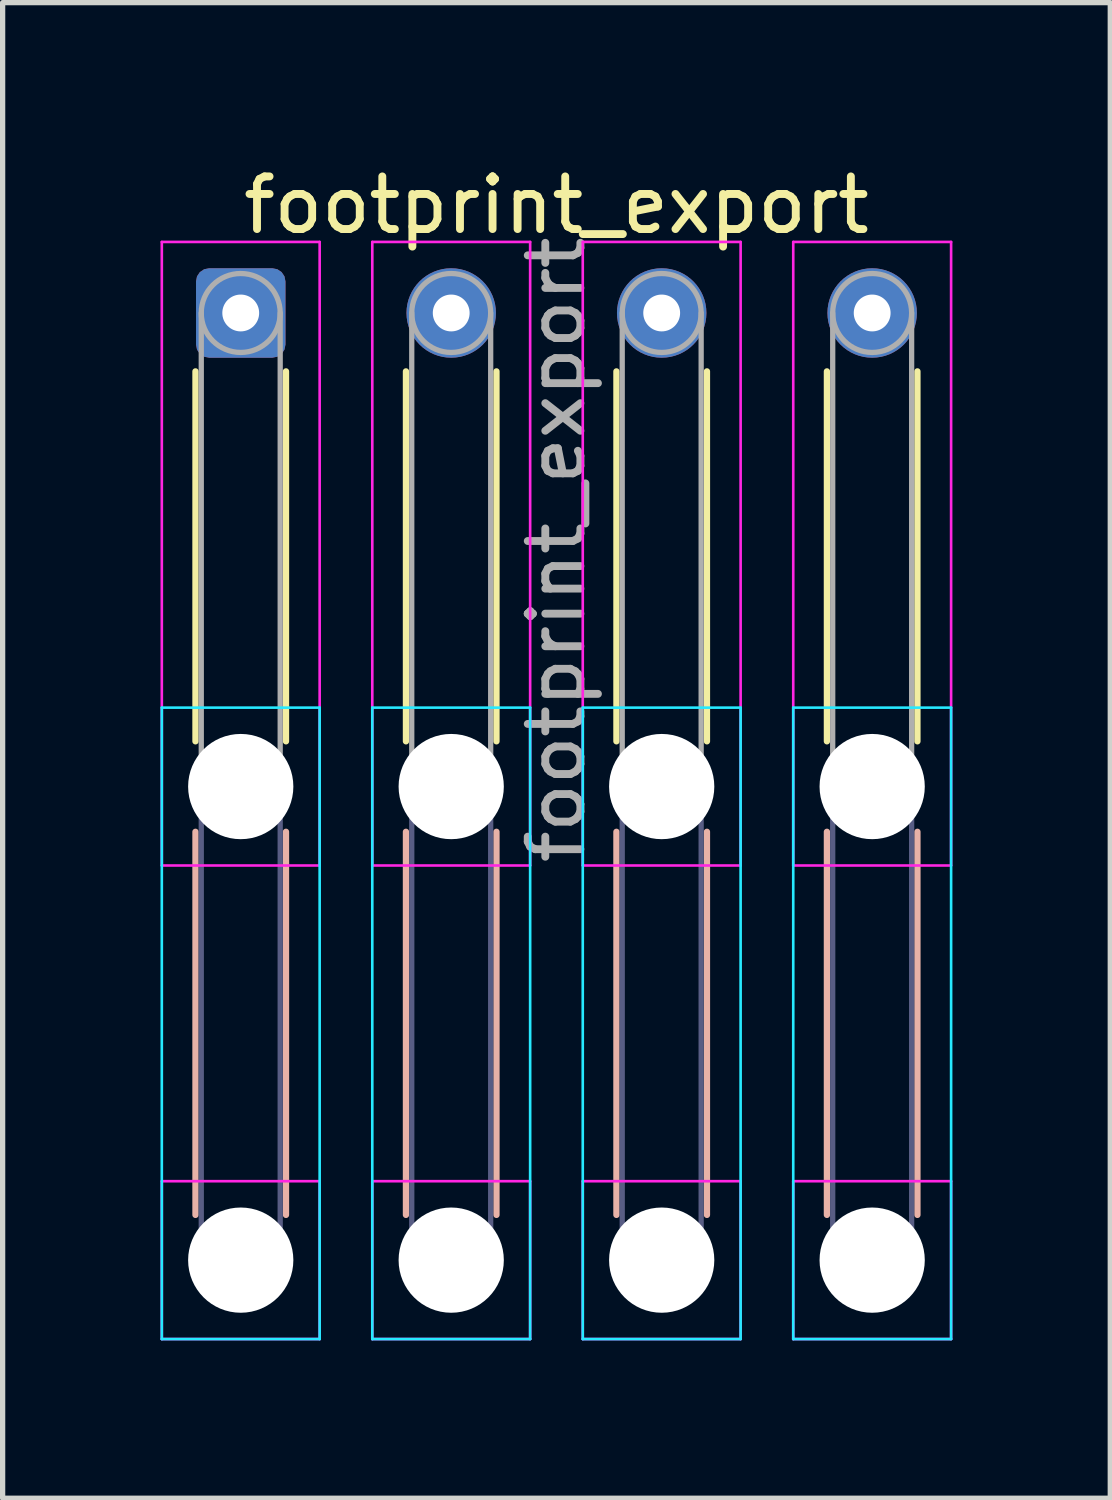
<source format=kicad_pcb>
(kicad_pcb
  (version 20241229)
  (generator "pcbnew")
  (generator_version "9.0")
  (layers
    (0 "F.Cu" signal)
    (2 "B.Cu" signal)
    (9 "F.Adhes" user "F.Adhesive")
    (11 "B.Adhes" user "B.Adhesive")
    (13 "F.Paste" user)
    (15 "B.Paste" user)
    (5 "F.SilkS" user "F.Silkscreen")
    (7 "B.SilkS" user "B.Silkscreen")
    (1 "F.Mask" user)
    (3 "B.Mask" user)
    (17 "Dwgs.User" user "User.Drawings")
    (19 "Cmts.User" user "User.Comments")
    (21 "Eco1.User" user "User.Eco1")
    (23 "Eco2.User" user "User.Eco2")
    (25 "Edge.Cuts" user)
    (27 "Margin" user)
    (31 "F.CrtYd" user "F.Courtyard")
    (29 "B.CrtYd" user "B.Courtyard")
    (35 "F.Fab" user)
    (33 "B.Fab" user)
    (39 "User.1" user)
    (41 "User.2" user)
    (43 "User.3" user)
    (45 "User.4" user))
  (footprint "footprint_export"
    (layer "F.Cu")
    (at 1.525 2.898)
    (property "Reference" "footprint_export" (at 6 -2.05 0) (layer "F.SilkS") (effects (font (size 1 1) (thickness 0.15))))
    (attr exclude_from_pos_files exclude_from_bom)
    (fp_line (start -0.86 1.11) (end -0.86 8.14) (stroke (width 0.12) (type solid)) (layer "F.SilkS"))
    (fp_line (start 0.86 1.11) (end 0.86 8.14) (stroke (width 0.12) (type solid)) (layer "F.SilkS"))
    (fp_line (start 3.14 1.11) (end 3.14 8.14) (stroke (width 0.12) (type solid)) (layer "F.SilkS"))
    (fp_line (start 4.86 1.11) (end 4.86 8.14) (stroke (width 0.12) (type solid)) (layer "F.SilkS"))
    (fp_line (start 7.14 1.11) (end 7.14 8.14) (stroke (width 0.12) (type solid)) (layer "F.SilkS"))
    (fp_line (start 8.86 1.11) (end 8.86 8.14) (stroke (width 0.12) (type solid)) (layer "F.SilkS"))
    (fp_line (start 11.14 1.11) (end 11.14 8.14) (stroke (width 0.12) (type solid)) (layer "F.SilkS"))
    (fp_line (start 12.86 1.11) (end 12.86 8.14) (stroke (width 0.12) (type solid)) (layer "F.SilkS"))
    (fp_line (start -0.86 9.86) (end -0.86 17.14) (stroke (width 0.12) (type solid)) (layer "B.SilkS"))
    (fp_line (start 0.86 9.86) (end 0.86 17.14) (stroke (width 0.12) (type solid)) (layer "B.SilkS"))
    (fp_line (start 3.14 9.86) (end 3.14 17.14) (stroke (width 0.12) (type solid)) (layer "B.SilkS"))
    (fp_line (start 4.86 9.86) (end 4.86 17.14) (stroke (width 0.12) (type solid)) (layer "B.SilkS"))
    (fp_line (start 7.14 9.86) (end 7.14 17.14) (stroke (width 0.12) (type solid)) (layer "B.SilkS"))
    (fp_line (start 8.86 9.86) (end 8.86 17.14) (stroke (width 0.12) (type solid)) (layer "B.SilkS"))
    (fp_line (start 11.14 9.86) (end 11.14 17.14) (stroke (width 0.12) (type solid)) (layer "B.SilkS"))
    (fp_line (start 12.86 9.86) (end 12.86 17.14) (stroke (width 0.12) (type solid)) (layer "B.SilkS"))
    (fp_line (start -1.5 7.5) (end -1.5 19.5) (stroke (width 0.05) (type solid)) (layer "B.CrtYd"))
    (fp_line (start -1.5 19.5) (end 1.5 19.5) (stroke (width 0.05) (type solid)) (layer "B.CrtYd"))
    (fp_line (start 1.5 7.5) (end -1.5 7.5) (stroke (width 0.05) (type solid)) (layer "B.CrtYd"))
    (fp_line (start 1.5 19.5) (end 1.5 7.5) (stroke (width 0.05) (type solid)) (layer "B.CrtYd"))
    (fp_line (start 2.5 7.5) (end 2.5 19.5) (stroke (width 0.05) (type solid)) (layer "B.CrtYd"))
    (fp_line (start 2.5 19.5) (end 5.5 19.5) (stroke (width 0.05) (type solid)) (layer "B.CrtYd"))
    (fp_line (start 5.5 7.5) (end 2.5 7.5) (stroke (width 0.05) (type solid)) (layer "B.CrtYd"))
    (fp_line (start 5.5 19.5) (end 5.5 7.5) (stroke (width 0.05) (type solid)) (layer "B.CrtYd"))
    (fp_line (start 6.5 7.5) (end 6.5 19.5) (stroke (width 0.05) (type solid)) (layer "B.CrtYd"))
    (fp_line (start 6.5 19.5) (end 9.5 19.5) (stroke (width 0.05) (type solid)) (layer "B.CrtYd"))
    (fp_line (start 9.5 7.5) (end 6.5 7.5) (stroke (width 0.05) (type solid)) (layer "B.CrtYd"))
    (fp_line (start 9.5 19.5) (end 9.5 7.5) (stroke (width 0.05) (type solid)) (layer "B.CrtYd"))
    (fp_line (start 10.5 7.5) (end 10.5 19.5) (stroke (width 0.05) (type solid)) (layer "B.CrtYd"))
    (fp_line (start 10.5 19.5) (end 13.5 19.5) (stroke (width 0.05) (type solid)) (layer "B.CrtYd"))
    (fp_line (start 13.5 7.5) (end 10.5 7.5) (stroke (width 0.05) (type solid)) (layer "B.CrtYd"))
    (fp_line (start 13.5 19.5) (end 13.5 7.5) (stroke (width 0.05) (type solid)) (layer "B.CrtYd"))
    (fp_line (start -1.5 -1.35) (end -1.5 10.5) (stroke (width 0.05) (type solid)) (layer "F.CrtYd"))
    (fp_line (start -1.5 10.5) (end 1.5 10.5) (stroke (width 0.05) (type solid)) (layer "F.CrtYd"))
    (fp_line (start -1.5 16.5) (end -1.5 19.5) (stroke (width 0.05) (type solid)) (layer "F.CrtYd"))
    (fp_line (start -1.5 19.5) (end 1.5 19.5) (stroke (width 0.05) (type solid)) (layer "F.CrtYd"))
    (fp_line (start 1.5 -1.35) (end -1.5 -1.35) (stroke (width 0.05) (type solid)) (layer "F.CrtYd"))
    (fp_line (start 1.5 10.5) (end 1.5 -1.35) (stroke (width 0.05) (type solid)) (layer "F.CrtYd"))
    (fp_line (start 1.5 16.5) (end -1.5 16.5) (stroke (width 0.05) (type solid)) (layer "F.CrtYd"))
    (fp_line (start 1.5 19.5) (end 1.5 16.5) (stroke (width 0.05) (type solid)) (layer "F.CrtYd"))
    (fp_line (start 2.5 -1.35) (end 2.5 10.5) (stroke (width 0.05) (type solid)) (layer "F.CrtYd"))
    (fp_line (start 2.5 10.5) (end 5.5 10.5) (stroke (width 0.05) (type solid)) (layer "F.CrtYd"))
    (fp_line (start 2.5 16.5) (end 2.5 19.5) (stroke (width 0.05) (type solid)) (layer "F.CrtYd"))
    (fp_line (start 2.5 19.5) (end 5.5 19.5) (stroke (width 0.05) (type solid)) (layer "F.CrtYd"))
    (fp_line (start 5.5 -1.35) (end 2.5 -1.35) (stroke (width 0.05) (type solid)) (layer "F.CrtYd"))
    (fp_line (start 5.5 10.5) (end 5.5 -1.35) (stroke (width 0.05) (type solid)) (layer "F.CrtYd"))
    (fp_line (start 5.5 16.5) (end 2.5 16.5) (stroke (width 0.05) (type solid)) (layer "F.CrtYd"))
    (fp_line (start 5.5 19.5) (end 5.5 16.5) (stroke (width 0.05) (type solid)) (layer "F.CrtYd"))
    (fp_line (start 6.5 -1.35) (end 6.5 10.5) (stroke (width 0.05) (type solid)) (layer "F.CrtYd"))
    (fp_line (start 6.5 10.5) (end 9.5 10.5) (stroke (width 0.05) (type solid)) (layer "F.CrtYd"))
    (fp_line (start 6.5 16.5) (end 6.5 19.5) (stroke (width 0.05) (type solid)) (layer "F.CrtYd"))
    (fp_line (start 6.5 19.5) (end 9.5 19.5) (stroke (width 0.05) (type solid)) (layer "F.CrtYd"))
    (fp_line (start 9.5 -1.35) (end 6.5 -1.35) (stroke (width 0.05) (type solid)) (layer "F.CrtYd"))
    (fp_line (start 9.5 10.5) (end 9.5 -1.35) (stroke (width 0.05) (type solid)) (layer "F.CrtYd"))
    (fp_line (start 9.5 16.5) (end 6.5 16.5) (stroke (width 0.05) (type solid)) (layer "F.CrtYd"))
    (fp_line (start 9.5 19.5) (end 9.5 16.5) (stroke (width 0.05) (type solid)) (layer "F.CrtYd"))
    (fp_line (start 10.5 -1.35) (end 10.5 10.5) (stroke (width 0.05) (type solid)) (layer "F.CrtYd"))
    (fp_line (start 10.5 10.5) (end 13.5 10.5) (stroke (width 0.05) (type solid)) (layer "F.CrtYd"))
    (fp_line (start 10.5 16.5) (end 10.5 19.5) (stroke (width 0.05) (type solid)) (layer "F.CrtYd"))
    (fp_line (start 10.5 19.5) (end 13.5 19.5) (stroke (width 0.05) (type solid)) (layer "F.CrtYd"))
    (fp_line (start 13.5 -1.35) (end 10.5 -1.35) (stroke (width 0.05) (type solid)) (layer "F.CrtYd"))
    (fp_line (start 13.5 10.5) (end 13.5 -1.35) (stroke (width 0.05) (type solid)) (layer "F.CrtYd"))
    (fp_line (start 13.5 16.5) (end 10.5 16.5) (stroke (width 0.05) (type solid)) (layer "F.CrtYd"))
    (fp_line (start 13.5 19.5) (end 13.5 16.5) (stroke (width 0.05) (type solid)) (layer "F.CrtYd"))
    (fp_line (start -0.75 9) (end -0.75 18) (stroke (width 0.1) (type solid)) (layer "B.Fab"))
    (fp_line (start 0.75 9) (end 0.75 18) (stroke (width 0.1) (type solid)) (layer "B.Fab"))
    (fp_line (start 3.25 9) (end 3.25 18) (stroke (width 0.1) (type solid)) (layer "B.Fab"))
    (fp_line (start 4.75 9) (end 4.75 18) (stroke (width 0.1) (type solid)) (layer "B.Fab"))
    (fp_line (start 7.25 9) (end 7.25 18) (stroke (width 0.1) (type solid)) (layer "B.Fab"))
    (fp_line (start 8.75 9) (end 8.75 18) (stroke (width 0.1) (type solid)) (layer "B.Fab"))
    (fp_line (start 11.25 9) (end 11.25 18) (stroke (width 0.1) (type solid)) (layer "B.Fab"))
    (fp_line (start 12.75 9) (end 12.75 18) (stroke (width 0.1) (type solid)) (layer "B.Fab"))
    (fp_circle (center 0 9) (end 0.75 9) (stroke (width 0.1) (type solid)) (fill no) (layer "B.Fab"))
    (fp_circle (center 0 18) (end 0.75 18) (stroke (width 0.1) (type solid)) (fill no) (layer "B.Fab"))
    (fp_circle (center 4 9) (end 4.75 9) (stroke (width 0.1) (type solid)) (fill no) (layer "B.Fab"))
    (fp_circle (center 4 18) (end 4.75 18) (stroke (width 0.1) (type solid)) (fill no) (layer "B.Fab"))
    (fp_circle (center 8 9) (end 8.75 9) (stroke (width 0.1) (type solid)) (fill no) (layer "B.Fab"))
    (fp_circle (center 8 18) (end 8.75 18) (stroke (width 0.1) (type solid)) (fill no) (layer "B.Fab"))
    (fp_circle (center 12 9) (end 12.75 9) (stroke (width 0.1) (type solid)) (fill no) (layer "B.Fab"))
    (fp_circle (center 12 18) (end 12.75 18) (stroke (width 0.1) (type solid)) (fill no) (layer "B.Fab"))
    (fp_line (start -0.75 0) (end -0.75 9) (stroke (width 0.1) (type solid)) (layer "F.Fab"))
    (fp_line (start 0.75 0) (end 0.75 9) (stroke (width 0.1) (type solid)) (layer "F.Fab"))
    (fp_line (start 3.25 0) (end 3.25 9) (stroke (width 0.1) (type solid)) (layer "F.Fab"))
    (fp_line (start 4.75 0) (end 4.75 9) (stroke (width 0.1) (type solid)) (layer "F.Fab"))
    (fp_line (start 7.25 0) (end 7.25 9) (stroke (width 0.1) (type solid)) (layer "F.Fab"))
    (fp_line (start 8.75 0) (end 8.75 9) (stroke (width 0.1) (type solid)) (layer "F.Fab"))
    (fp_line (start 11.25 0) (end 11.25 9) (stroke (width 0.1) (type solid)) (layer "F.Fab"))
    (fp_line (start 12.75 0) (end 12.75 9) (stroke (width 0.1) (type solid)) (layer "F.Fab"))
    (fp_circle (center 0 0) (end 0.75 0) (stroke (width 0.1) (type solid)) (fill no) (layer "F.Fab"))
    (fp_circle (center 0 9) (end 0.75 9) (stroke (width 0.1) (type solid)) (fill no) (layer "F.Fab"))
    (fp_circle (center 0 18) (end 0.75 18) (stroke (width 0.1) (type solid)) (fill no) (layer "F.Fab"))
    (fp_circle (center 4 0) (end 4.75 0) (stroke (width 0.1) (type solid)) (fill no) (layer "F.Fab"))
    (fp_circle (center 4 9) (end 4.75 9) (stroke (width 0.1) (type solid)) (fill no) (layer "F.Fab"))
    (fp_circle (center 4 18) (end 4.75 18) (stroke (width 0.1) (type solid)) (fill no) (layer "F.Fab"))
    (fp_circle (center 8 0) (end 8.75 0) (stroke (width 0.1) (type solid)) (fill no) (layer "F.Fab"))
    (fp_circle (center 8 9) (end 8.75 9) (stroke (width 0.1) (type solid)) (fill no) (layer "F.Fab"))
    (fp_circle (center 8 18) (end 8.75 18) (stroke (width 0.1) (type solid)) (fill no) (layer "F.Fab"))
    (fp_circle (center 12 0) (end 12.75 0) (stroke (width 0.1) (type solid)) (fill no) (layer "F.Fab"))
    (fp_circle (center 12 9) (end 12.75 9) (stroke (width 0.1) (type solid)) (fill no) (layer "F.Fab"))
    (fp_circle (center 12 18) (end 12.75 18) (stroke (width 0.1) (type solid)) (fill no) (layer "F.Fab"))
    (fp_text user "${REFERENCE}" (at 6 4.5 90) (layer "F.Fab") (effects (font (size 1 1) (thickness 0.15))))
    (pad "" np_thru_hole circle (at 0 9) (size 2 2) (drill 2) (layers "*.Cu" "*.Mask"))
    (pad "" np_thru_hole circle (at 0 18) (size 2 2) (drill 2) (layers "*.Cu" "*.Mask"))
    (pad "" np_thru_hole circle (at 4 9) (size 2 2) (drill 2) (layers "*.Cu" "*.Mask"))
    (pad "" np_thru_hole circle (at 4 18) (size 2 2) (drill 2) (layers "*.Cu" "*.Mask"))
    (pad "" np_thru_hole circle (at 8 9) (size 2 2) (drill 2) (layers "*.Cu" "*.Mask"))
    (pad "" np_thru_hole circle (at 8 18) (size 2 2) (drill 2) (layers "*.Cu" "*.Mask"))
    (pad "" np_thru_hole circle (at 12 9) (size 2 2) (drill 2) (layers "*.Cu" "*.Mask"))
    (pad "" np_thru_hole circle (at 12 18) (size 2 2) (drill 2) (layers "*.Cu" "*.Mask"))
    (pad "1" thru_hole roundrect (at 0 0) (size 1.7 1.7) (drill 0.7) (layers "*.Cu" "*.Mask") (roundrect_rratio 0.147))
    (pad "2" thru_hole circle (at 4 0) (size 1.7 1.7) (drill 0.7) (layers "*.Cu" "*.Mask"))
    (pad "3" thru_hole circle (at 8 0) (size 1.7 1.7) (drill 0.7) (layers "*.Cu" "*.Mask"))
    (pad "4" thru_hole circle (at 12 0) (size 1.7 1.7) (drill 0.7) (layers "*.Cu" "*.Mask")))
  (gr_rect
    (start -3 -3)
    (end 18.05 25.423)
    (stroke (width 0.1) (type default))
    (fill no)
    (layer "Edge.Cuts")))
</source>
